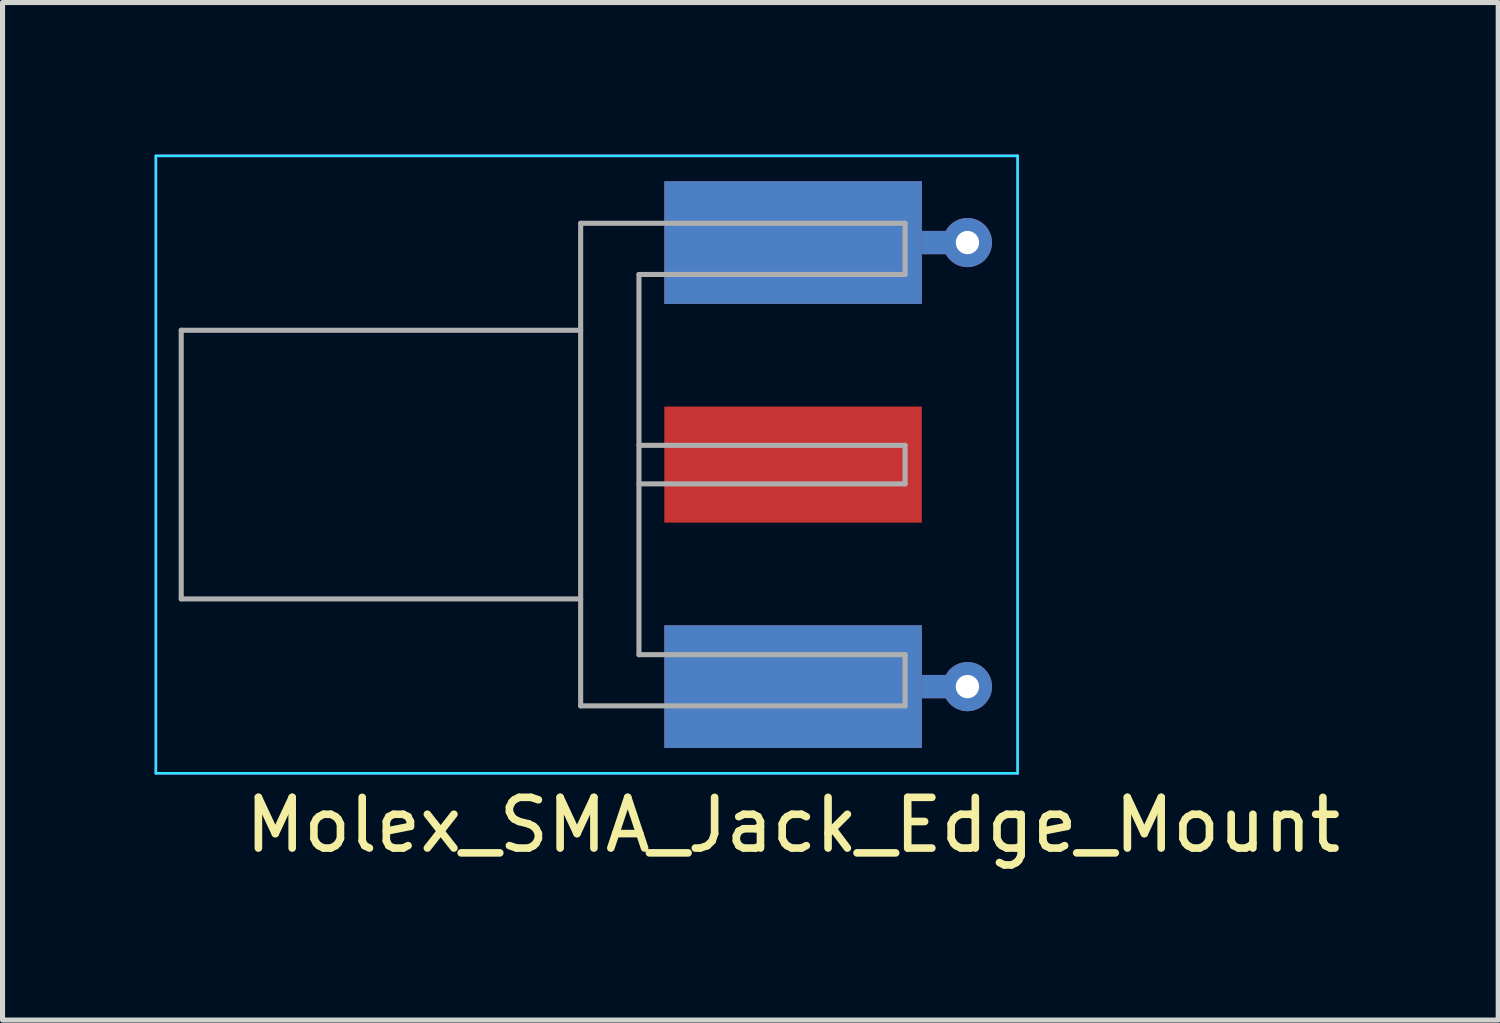
<source format=kicad_pcb>
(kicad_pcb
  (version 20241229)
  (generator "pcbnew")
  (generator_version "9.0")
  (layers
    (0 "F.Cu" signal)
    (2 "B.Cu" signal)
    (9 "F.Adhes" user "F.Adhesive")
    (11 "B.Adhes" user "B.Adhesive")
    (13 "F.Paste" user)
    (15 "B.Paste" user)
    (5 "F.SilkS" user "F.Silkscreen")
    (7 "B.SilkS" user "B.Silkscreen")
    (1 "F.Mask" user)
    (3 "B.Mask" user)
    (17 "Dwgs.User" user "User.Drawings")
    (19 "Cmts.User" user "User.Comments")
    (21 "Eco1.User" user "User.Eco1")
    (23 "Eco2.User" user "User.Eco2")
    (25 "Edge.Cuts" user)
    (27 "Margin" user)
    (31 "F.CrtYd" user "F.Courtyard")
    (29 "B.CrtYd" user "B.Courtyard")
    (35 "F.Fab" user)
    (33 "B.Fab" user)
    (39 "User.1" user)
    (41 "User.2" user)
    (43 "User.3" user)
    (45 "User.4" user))
  (footprint "Molex_SMA_Jack_Edge_Mount"
    (layer "F.Cu")
    (at 14.315 6.115)
    (property "Reference" "Molex_SMA_Jack_Edge_Mount" (at -1.72 7.11 0) (layer "F.SilkS") (effects (font (size 1 1) (thickness 0.15))))
    (attr smd)
    (fp_line (start -14.29 -6.09) (end -14.29 6.09) (stroke (width 0.05) (type solid)) (layer "B.CrtYd"))
    (fp_line (start -14.29 -6.09) (end 2.71 -6.09) (stroke (width 0.05) (type solid)) (layer "B.CrtYd"))
    (fp_line (start -14.29 6.09) (end 2.71 6.09) (stroke (width 0.05) (type solid)) (layer "B.CrtYd"))
    (fp_line (start 2.71 -6.09) (end 2.71 6.09) (stroke (width 0.05) (type solid)) (layer "B.CrtYd"))
    (fp_line (start -14.29 -6.09) (end -14.29 6.09) (stroke (width 0.05) (type solid)) (layer "F.CrtYd"))
    (fp_line (start -14.29 6.09) (end 2.71 6.09) (stroke (width 0.05) (type solid)) (layer "F.CrtYd"))
    (fp_line (start 2.71 -6.09) (end -14.29 -6.09) (stroke (width 0.05) (type solid)) (layer "F.CrtYd"))
    (fp_line (start 2.71 -6.09) (end 2.71 6.09) (stroke (width 0.05) (type solid)) (layer "F.CrtYd"))
    (fp_line (start -13.79 -2.65) (end -13.79 2.65) (stroke (width 0.1) (type solid)) (layer "F.Fab"))
    (fp_line (start -13.79 -2.65) (end -5.91 -2.65) (stroke (width 0.1) (type solid)) (layer "F.Fab"))
    (fp_line (start -13.79 2.65) (end -5.91 2.65) (stroke (width 0.1) (type solid)) (layer "F.Fab"))
    (fp_line (start -5.91 -4.76) (end -5.91 4.76) (stroke (width 0.1) (type solid)) (layer "F.Fab"))
    (fp_line (start -5.91 4.76) (end 0.49 4.76) (stroke (width 0.1) (type solid)) (layer "F.Fab"))
    (fp_line (start -4.76 -3.75) (end -4.76 3.75) (stroke (width 0.1) (type solid)) (layer "F.Fab"))
    (fp_line (start -4.76 -3.75) (end 0.49 -3.75) (stroke (width 0.1) (type solid)) (layer "F.Fab"))
    (fp_line (start -4.76 -0.38) (end 0.49 -0.38) (stroke (width 0.1) (type solid)) (layer "F.Fab"))
    (fp_line (start -4.76 0.38) (end 0.49 0.38) (stroke (width 0.1) (type solid)) (layer "F.Fab"))
    (fp_line (start -4.76 3.75) (end 0.49 3.75) (stroke (width 0.1) (type solid)) (layer "F.Fab"))
    (fp_line (start 0.49 -4.76) (end -5.91 -4.76) (stroke (width 0.1) (type solid)) (layer "F.Fab"))
    (fp_line (start 0.49 -4.76) (end 0.49 -3.75) (stroke (width 0.1) (type solid)) (layer "F.Fab"))
    (fp_line (start 0.49 -0.38) (end 0.49 0.38) (stroke (width 0.1) (type solid)) (layer "F.Fab"))
    (fp_line (start 0.49 3.75) (end 0.49 4.76) (stroke (width 0.1) (type solid)) (layer "F.Fab"))
    (pad "1" smd rect (at -1.72 0) (size 5.08 2.29) (layers "F.Cu" "F.Mask" "F.Paste"))
    (pad "2" smd rect (at -1.72 -4.38) (size 5.08 2.42) (layers "F.Cu" "F.Mask" "F.Paste"))
    (pad "2" smd rect (at -1.72 -4.38) (size 5.08 2.42) (layers "B.Cu" "B.Mask"))
    (pad "2" smd rect (at -1.72 4.38) (size 5.08 2.42) (layers "F.Cu" "F.Mask" "F.Paste"))
    (pad "2" smd rect (at -1.72 4.38) (size 5.08 2.42) (layers "B.Cu" "B.Mask"))
    (pad "2" smd rect (at 1.27 -4.38) (size 0.89 0.46) (layers "F.Cu"))
    (pad "2" smd rect (at 1.27 -4.38) (size 0.89 0.46) (layers "B.Cu"))
    (pad "2" smd rect (at 1.27 4.38) (size 0.89 0.46) (layers "F.Cu"))
    (pad "2" smd rect (at 1.27 4.38) (size 0.89 0.46) (layers "B.Cu"))
    (pad "2" thru_hole circle (at 1.72 -4.38) (size 0.97 0.97) (drill 0.46) (layers "*.Cu"))
    (pad "2" thru_hole circle (at 1.72 4.38) (size 0.97 0.97) (drill 0.46) (layers "*.Cu")))
  (gr_rect
    (start -3 -3)
    (end 26.506 17.073)
    (stroke (width 0.1) (type default))
    (fill no)
    (layer "Edge.Cuts")))
</source>
